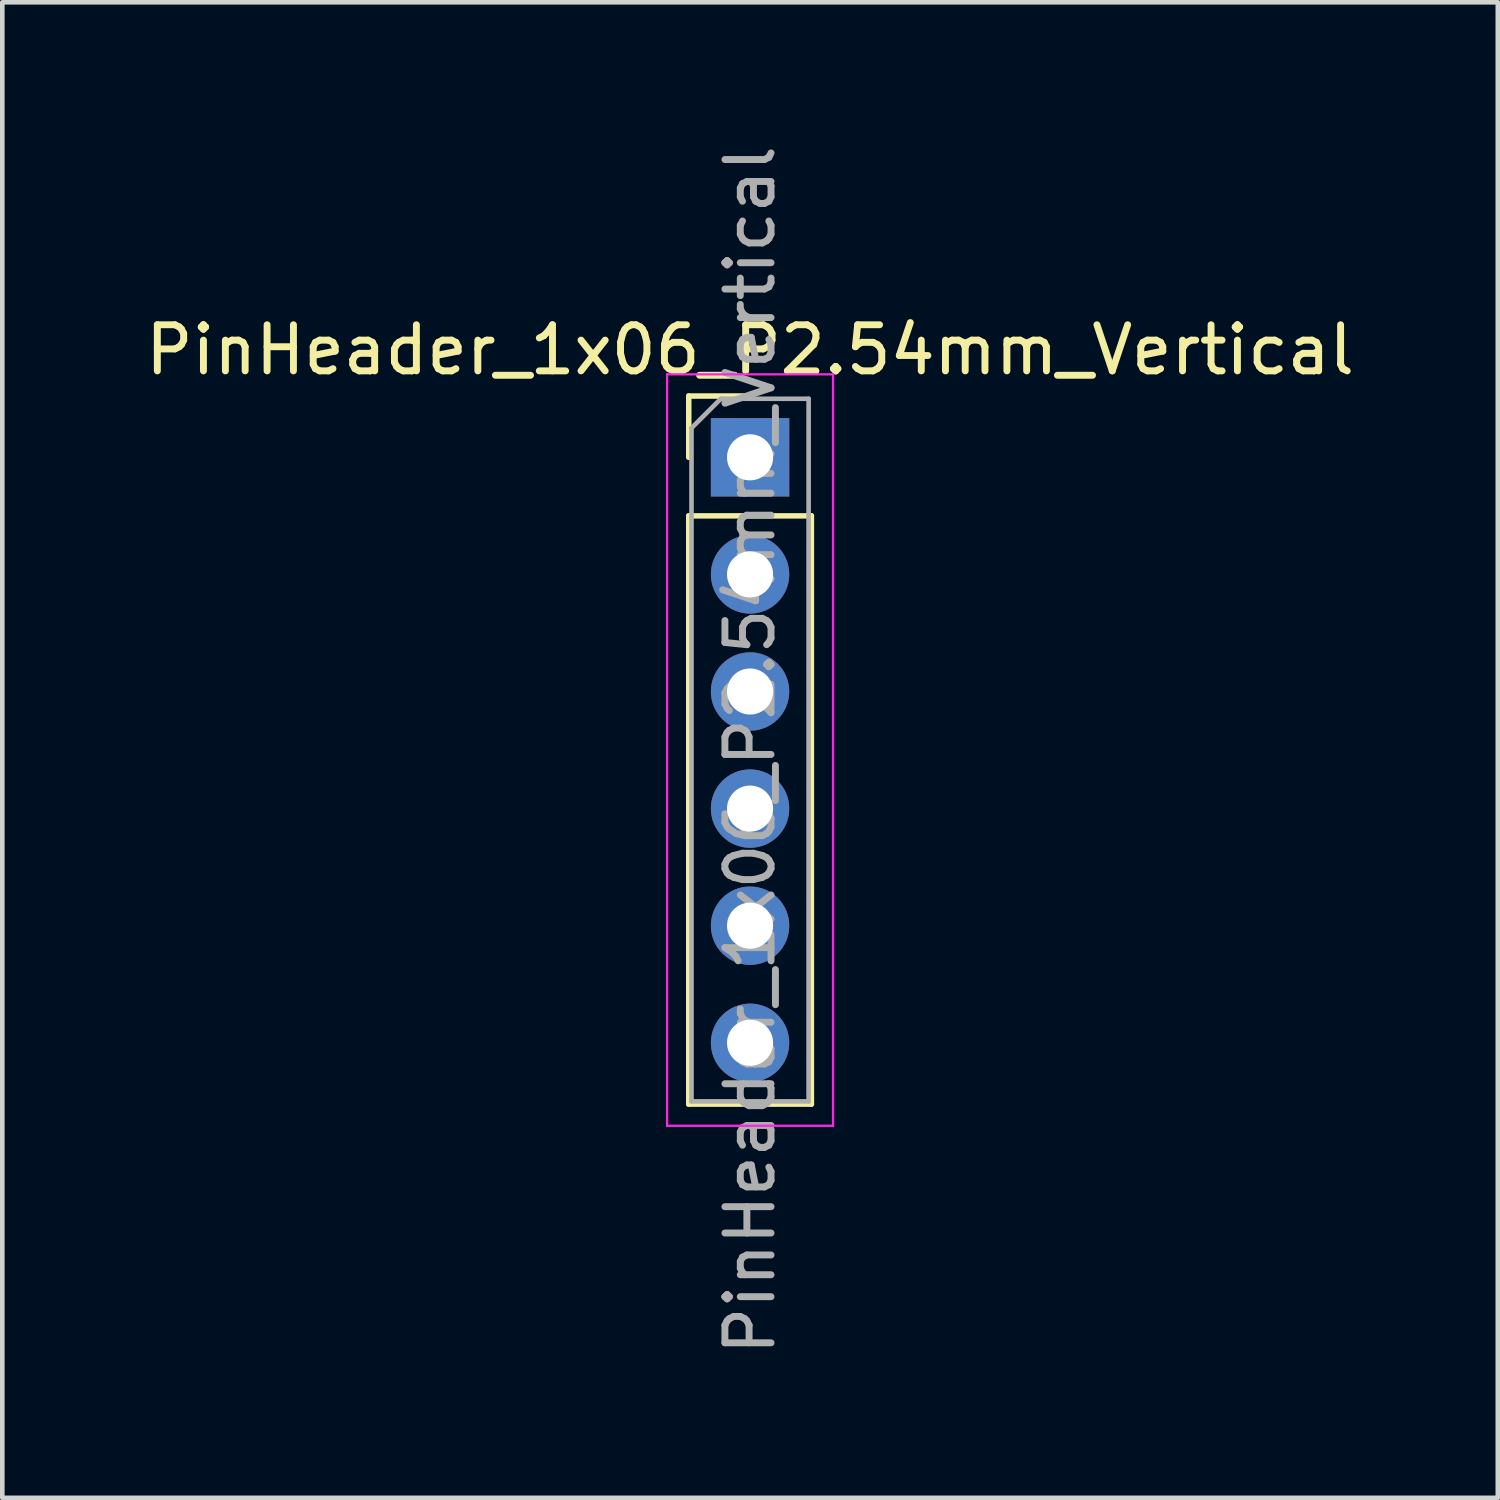
<source format=kicad_pcb>
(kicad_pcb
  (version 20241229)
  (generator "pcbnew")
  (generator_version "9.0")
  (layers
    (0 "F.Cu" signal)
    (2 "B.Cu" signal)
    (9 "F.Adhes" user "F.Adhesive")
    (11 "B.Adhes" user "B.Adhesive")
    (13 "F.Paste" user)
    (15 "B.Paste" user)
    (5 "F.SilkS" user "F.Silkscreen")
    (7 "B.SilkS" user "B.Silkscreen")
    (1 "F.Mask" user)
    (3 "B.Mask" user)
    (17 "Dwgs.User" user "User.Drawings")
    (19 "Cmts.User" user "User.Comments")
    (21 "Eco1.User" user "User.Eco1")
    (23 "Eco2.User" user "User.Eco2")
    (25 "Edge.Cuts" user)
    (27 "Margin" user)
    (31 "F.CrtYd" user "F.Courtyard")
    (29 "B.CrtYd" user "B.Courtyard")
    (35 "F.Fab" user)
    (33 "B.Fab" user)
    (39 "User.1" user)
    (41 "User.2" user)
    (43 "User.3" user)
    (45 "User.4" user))
  (footprint "PinHeader_1x06_P2.54mm_Vertical"
    (layer "F.Cu")
    (at 13.22 6.87)
    (property "Reference" "PinHeader_1x06_P2.54mm_Vertical" (at 0 -2.33 0) (layer "F.SilkS") (effects (font (size 1 1) (thickness 0.15))))
    (attr through_hole)
    (fp_line (start -1.33 -1.33) (end 0 -1.33) (stroke (width 0.12) (type solid)) (layer "F.SilkS"))
    (fp_line (start -1.33 0) (end -1.33 -1.33) (stroke (width 0.12) (type solid)) (layer "F.SilkS"))
    (fp_line (start -1.33 1.27) (end -1.33 14.03) (stroke (width 0.12) (type solid)) (layer "F.SilkS"))
    (fp_line (start -1.33 1.27) (end 1.33 1.27) (stroke (width 0.12) (type solid)) (layer "F.SilkS"))
    (fp_line (start -1.33 14.03) (end 1.33 14.03) (stroke (width 0.12) (type solid)) (layer "F.SilkS"))
    (fp_line (start 1.33 1.27) (end 1.33 14.03) (stroke (width 0.12) (type solid)) (layer "F.SilkS"))
    (fp_line (start -1.8 -1.8) (end -1.8 14.5) (stroke (width 0.05) (type solid)) (layer "F.CrtYd"))
    (fp_line (start -1.8 14.5) (end 1.8 14.5) (stroke (width 0.05) (type solid)) (layer "F.CrtYd"))
    (fp_line (start 1.8 -1.8) (end -1.8 -1.8) (stroke (width 0.05) (type solid)) (layer "F.CrtYd"))
    (fp_line (start 1.8 14.5) (end 1.8 -1.8) (stroke (width 0.05) (type solid)) (layer "F.CrtYd"))
    (fp_line (start -1.27 -0.635) (end -0.635 -1.27) (stroke (width 0.1) (type solid)) (layer "F.Fab"))
    (fp_line (start -1.27 13.97) (end -1.27 -0.635) (stroke (width 0.1) (type solid)) (layer "F.Fab"))
    (fp_line (start -0.635 -1.27) (end 1.27 -1.27) (stroke (width 0.1) (type solid)) (layer "F.Fab"))
    (fp_line (start 1.27 -1.27) (end 1.27 13.97) (stroke (width 0.1) (type solid)) (layer "F.Fab"))
    (fp_line (start 1.27 13.97) (end -1.27 13.97) (stroke (width 0.1) (type solid)) (layer "F.Fab"))
    (fp_text user "${REFERENCE}" (at 0 6.35 90) (layer "F.Fab") (effects (font (size 1 1) (thickness 0.15))))
    (pad "1" thru_hole rect (at 0 0 180) (size 1.7 1.7) (drill 1) (layers "*.Cu" "*.Mask"))
    (pad "2" thru_hole oval (at 0 2.54 180) (size 1.7 1.7) (drill 1) (layers "*.Cu" "*.Mask"))
    (pad "3" thru_hole oval (at 0 5.08 180) (size 1.7 1.7) (drill 1) (layers "*.Cu" "*.Mask"))
    (pad "4" thru_hole oval (at 0 7.62 180) (size 1.7 1.7) (drill 1) (layers "*.Cu" "*.Mask"))
    (pad "5" thru_hole oval (at 0 10.16 180) (size 1.7 1.7) (drill 1) (layers "*.Cu" "*.Mask"))
    (pad "6" thru_hole oval (at 0 12.7 180) (size 1.7 1.7) (drill 1) (layers "*.Cu" "*.Mask")))
  (gr_rect
    (start -3 -3)
    (end 29.44 29.44)
    (stroke (width 0.1) (type default))
    (fill no)
    (layer "Edge.Cuts")))
</source>
